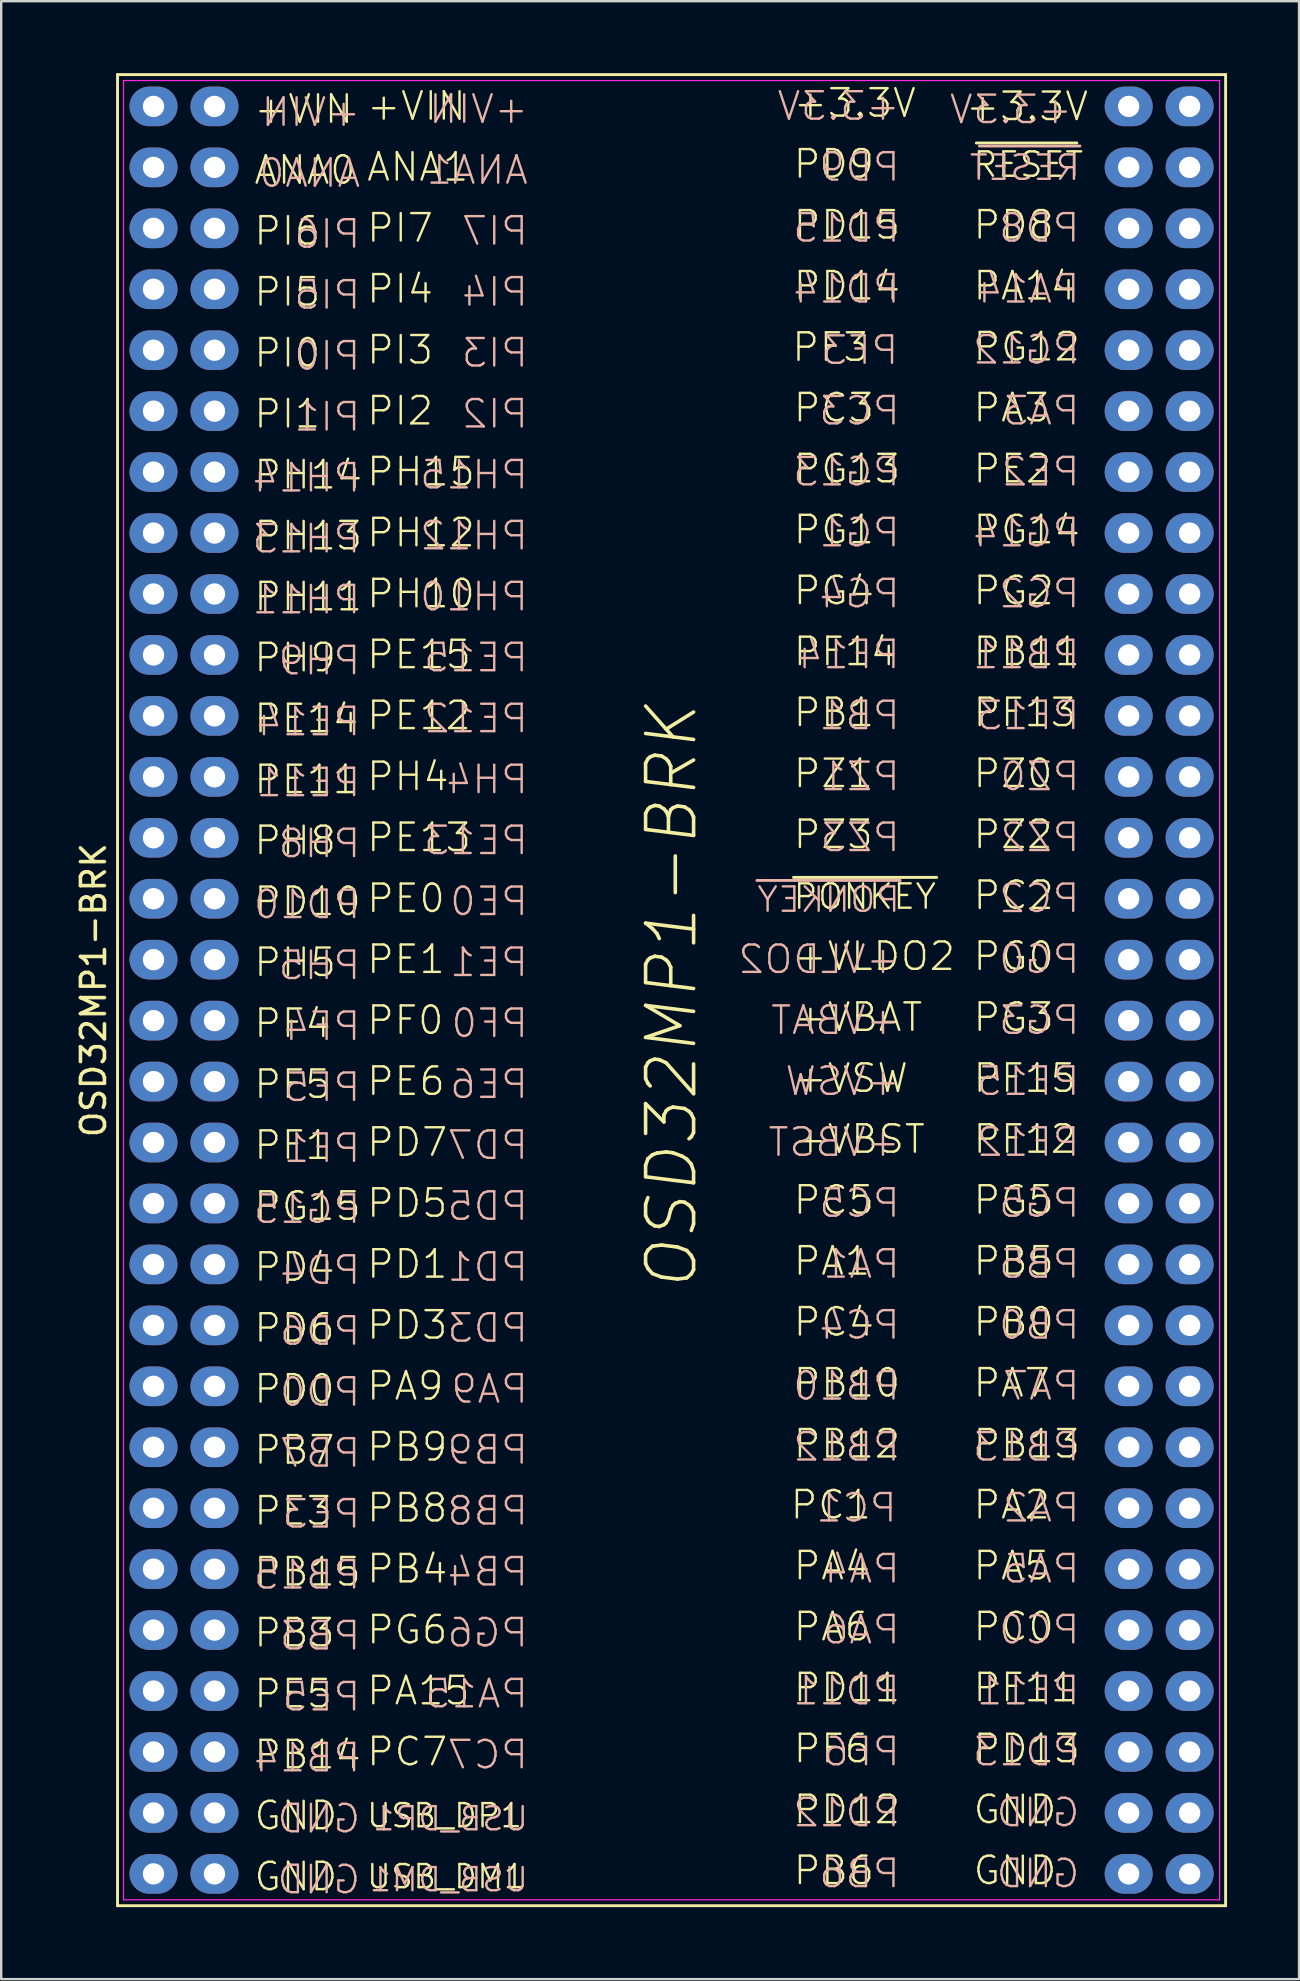
<source format=kicad_pcb>
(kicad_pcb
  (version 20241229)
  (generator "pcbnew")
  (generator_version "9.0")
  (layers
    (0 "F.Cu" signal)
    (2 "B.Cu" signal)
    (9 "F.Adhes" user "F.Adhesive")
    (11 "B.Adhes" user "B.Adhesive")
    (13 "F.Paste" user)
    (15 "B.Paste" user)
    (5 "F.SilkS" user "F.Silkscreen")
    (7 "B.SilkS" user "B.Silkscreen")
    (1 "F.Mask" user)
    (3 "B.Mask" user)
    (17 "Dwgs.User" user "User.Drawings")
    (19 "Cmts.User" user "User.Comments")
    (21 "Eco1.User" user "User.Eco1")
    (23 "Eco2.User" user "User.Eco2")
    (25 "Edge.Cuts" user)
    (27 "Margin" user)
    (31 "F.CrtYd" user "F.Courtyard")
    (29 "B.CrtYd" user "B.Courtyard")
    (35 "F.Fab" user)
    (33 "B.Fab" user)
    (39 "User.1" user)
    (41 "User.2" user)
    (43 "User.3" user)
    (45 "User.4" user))
  (footprint "OSD32MP1-BRK"
    (layer "F.Cu")
    (at 24.938 38.215)
    (property "Reference" "OSD32MP1-BRK" (at -24.09 0 270) (layer "F.SilkS") (effects (font (size 1 1) (thickness 0.15))))
    (attr through_hole)
    (fp_line (start -23.09 -38.156) (end 23.09 -38.156) (stroke (width 0.12) (type solid)) (layer "F.SilkS"))
    (fp_line (start -23.09 38.156) (end -23.09 -38.156) (stroke (width 0.12) (type solid)) (layer "F.SilkS"))
    (fp_line (start 5.08 -4.699) (end 11.049 -4.699) (stroke (width 0.12) (type solid)) (layer "F.SilkS"))
    (fp_line (start 12.7 -35.306) (end 16.891 -35.306) (stroke (width 0.12) (type solid)) (layer "F.SilkS"))
    (fp_line (start 23.09 38.156) (end -23.09 38.156) (stroke (width 0.12) (type solid)) (layer "F.SilkS"))
    (fp_line (start 23.09 38.156) (end 23.09 -38.156) (stroke (width 0.12) (type solid)) (layer "F.SilkS"))
    (fp_line (start 3.556 -4.572) (end 9.525 -4.572) (stroke (width 0.12) (type solid)) (layer "B.SilkS"))
    (fp_line (start 12.827 -35.179) (end 17.018 -35.179) (stroke (width 0.12) (type solid)) (layer "B.SilkS"))
    (fp_line (start -22.84 -37.91) (end 22.84 -37.91) (stroke (width 0.05) (type solid)) (layer "F.CrtYd"))
    (fp_line (start -22.84 37.91) (end -22.84 -37.91) (stroke (width 0.05) (type solid)) (layer "F.CrtYd"))
    (fp_line (start 22.84 37.91) (end -22.84 37.91) (stroke (width 0.05) (type solid)) (layer "F.CrtYd"))
    (fp_line (start 22.84 37.91) (end 22.84 -37.91) (stroke (width 0.05) (type solid)) (layer "F.CrtYd"))
    (fp_text user "PG13" (at 5.012 -21.732 0) (layer "F.SilkS") (effects (font (size 1.143 1.143) (thickness 0.1)) (justify left)))
    (fp_text user "PH12" (at -12.768 -19.065 0) (layer "F.SilkS") (effects (font (size 1.143 1.143) (thickness 0.1)) (justify left)))
    (fp_text user "PE6" (at -12.768 3.795 0) (layer "F.SilkS") (effects (font (size 1.143 1.143) (thickness 0.1)) (justify left)))
    (fp_text user "PF4" (at -17.467 1.382 0) (layer "F.SilkS") (effects (font (size 1.143 1.143) (thickness 0.1)) (justify left)))
    (fp_text user "PB4" (at -12.768 24.115 0) (layer "F.SilkS") (effects (font (size 1.143 1.143) (thickness 0.1)) (justify left)))
    (fp_text user "PA5" (at 12.505 23.988 0) (layer "F.SilkS") (effects (font (size 1.143 1.143) (thickness 0.1)) (justify left)))
    (fp_text user "PB14" (at -17.467 31.862 0) (layer "F.SilkS") (effects (font (size 1.143 1.143) (thickness 0.1)) (justify left)))
    (fp_text user "PH13" (at -17.467 -18.938 0) (layer "F.SilkS") (effects (font (size 1.143 1.143) (thickness 0.1)) (justify left)))
    (fp_text user "PH10" (at -12.768 -16.525 0) (layer "F.SilkS") (effects (font (size 1.143 1.143) (thickness 0.1)) (justify left)))
    (fp_text user "PD10" (at -17.467 -3.698 0) (layer "F.SilkS") (effects (font (size 1.143 1.143) (thickness 0.1)) (justify left)))
    (fp_text user "PH15" (at -12.768 -21.605 0) (layer "F.SilkS") (effects (font (size 1.143 1.143) (thickness 0.1)) (justify left)))
    (fp_text user "OSD32MP1-BRK" (at 0 0.254 90) (layer "F.SilkS") (effects (font (size 2 2) (thickness 0.15) (italic yes))))
    (fp_text user "PB7" (at -17.467 19.162 0) (layer "F.SilkS") (effects (font (size 1.143 1.143) (thickness 0.1)) (justify left)))
    (fp_text user "PF1" (at -17.467 6.462 0) (layer "F.SilkS") (effects (font (size 1.143 1.143) (thickness 0.1)) (justify left)))
    (fp_text user "PA15" (at -12.768 29.195 0) (layer "F.SilkS") (effects (font (size 1.143 1.143) (thickness 0.1)) (justify left)))
    (fp_text user "PZ1" (at 5.012 -9.032 0) (layer "F.SilkS") (effects (font (size 1.143 1.143) (thickness 0.1)) (justify left)))
    (fp_text user "PD0" (at -17.467 16.622 0) (layer "F.SilkS") (effects (font (size 1.143 1.143) (thickness 0.1)) (justify left)))
    (fp_text user "PE1" (at -12.768 -1.285 0) (layer "F.SilkS") (effects (font (size 1.143 1.143) (thickness 0.1)) (justify left)))
    (fp_text user "PD4" (at -17.467 11.542 0) (layer "F.SilkS") (effects (font (size 1.143 1.143) (thickness 0.1)) (justify left)))
    (fp_text user "PZ0" (at 12.505 -9.032 0) (layer "F.SilkS") (effects (font (size 1.143 1.143) (thickness 0.1)) (justify left)))
    (fp_text user "PH14" (at -17.467 -21.478 0) (layer "F.SilkS") (effects (font (size 1.143 1.143) (thickness 0.1)) (justify left)))
    (fp_text user "PF3" (at 4.953 -26.797 0) (layer "F.SilkS") (effects (font (size 1.143 1.143) (thickness 0.1)) (justify left)))
    (fp_text user "PG1" (at 5.012 -19.192 0) (layer "F.SilkS") (effects (font (size 1.143 1.143) (thickness 0.1)) (justify left)))
    (fp_text user "PD3" (at -12.768 13.955 0) (layer "F.SilkS") (effects (font (size 1.143 1.143) (thickness 0.1)) (justify left)))
    (fp_text user "PZ3" (at 5.012 -6.492 0) (layer "F.SilkS") (effects (font (size 1.143 1.143) (thickness 0.1)) (justify left)))
    (fp_text user "PH5" (at -17.467 -1.158 0) (layer "F.SilkS") (effects (font (size 1.143 1.143) (thickness 0.1)) (justify left)))
    (fp_text user "PG3" (at 12.505 1.128 0) (layer "F.SilkS") (effects (font (size 1.143 1.143) (thickness 0.1)) (justify left)))
    (fp_text user "PE0" (at -12.768 -3.825 0) (layer "F.SilkS") (effects (font (size 1.143 1.143) (thickness 0.1)) (justify left)))
    (fp_text user "PG5" (at 12.505 8.748 0) (layer "F.SilkS") (effects (font (size 1.143 1.143) (thickness 0.1)) (justify left)))
    (fp_text user "+VBAT" (at 5.012 1.128 0) (layer "F.SilkS") (effects (font (size 1.143 1.143) (thickness 0.1)) (justify left)))
    (fp_text user "GND" (at -17.467 36.942 0) (layer "F.SilkS") (effects (font (size 1.143 1.143) (thickness 0.1)) (justify left)))
    (fp_text user "PF12" (at 12.505 6.208 0) (layer "F.SilkS") (effects (font (size 1.143 1.143) (thickness 0.1)) (justify left)))
    (fp_text user "PG6" (at -12.768 26.655 0) (layer "F.SilkS") (effects (font (size 1.143 1.143) (thickness 0.1)) (justify left)))
    (fp_text user "PI2" (at -12.768 -24.145 0) (layer "F.SilkS") (effects (font (size 1.143 1.143) (thickness 0.1)) (justify left)))
    (fp_text user "PD6" (at -17.467 14.082 0) (layer "F.SilkS") (effects (font (size 1.143 1.143) (thickness 0.1)) (justify left)))
    (fp_text user "PD1" (at -12.768 11.415 0) (layer "F.SilkS") (effects (font (size 1.143 1.143) (thickness 0.1)) (justify left)))
    (fp_text user "PD15" (at 5.012 -31.892 0) (layer "F.SilkS") (effects (font (size 1.143 1.143) (thickness 0.1)) (justify left)))
    (fp_text user "PB10" (at 5.012 16.368 0) (layer "F.SilkS") (effects (font (size 1.143 1.143) (thickness 0.1)) (justify left)))
    (fp_text user "PC0" (at 12.505 26.528 0) (layer "F.SilkS") (effects (font (size 1.143 1.143) (thickness 0.1)) (justify left)))
    (fp_text user "PB6" (at 5.012 36.688 0) (layer "F.SilkS") (effects (font (size 1.143 1.143) (thickness 0.1)) (justify left)))
    (fp_text user "PD12" (at 5.012 34.148 0) (layer "F.SilkS") (effects (font (size 1.143 1.143) (thickness 0.1)) (justify left)))
    (fp_text user "PB13" (at 12.505 18.908 0) (layer "F.SilkS") (effects (font (size 1.143 1.143) (thickness 0.1)) (justify left)))
    (fp_text user "PF15" (at 12.505 3.668 0) (layer "F.SilkS") (effects (font (size 1.143 1.143) (thickness 0.1)) (justify left)))
    (fp_text user "PC7" (at -12.768 31.735 0) (layer "F.SilkS") (effects (font (size 1.143 1.143) (thickness 0.1)) (justify left)))
    (fp_text user "PI5" (at -17.467 -29.098 0) (layer "F.SilkS") (effects (font (size 1.143 1.143) (thickness 0.1)) (justify left)))
    (fp_text user "PI6" (at -17.467 -31.638 0) (layer "F.SilkS") (effects (font (size 1.143 1.143) (thickness 0.1)) (justify left)))
    (fp_text user "PF6" (at 5.012 31.608 0) (layer "F.SilkS") (effects (font (size 1.143 1.143) (thickness 0.1)) (justify left)))
    (fp_text user "+VLDO2" (at 5.012 -1.412 0) (layer "F.SilkS") (effects (font (size 1.143 1.143) (thickness 0.1)) (justify left)))
    (fp_text user "PD7" (at -12.768 6.335 0) (layer "F.SilkS") (effects (font (size 1.143 1.143) (thickness 0.1)) (justify left)))
    (fp_text user "PF0" (at -12.768 1.255 0) (layer "F.SilkS") (effects (font (size 1.143 1.143) (thickness 0.1)) (justify left)))
    (fp_text user "PD8" (at 12.505 -31.892 0) (layer "F.SilkS") (effects (font (size 1.143 1.143) (thickness 0.1)) (justify left)))
    (fp_text user "PG4" (at 5.012 -16.652 0) (layer "F.SilkS") (effects (font (size 1.143 1.143) (thickness 0.1)) (justify left)))
    (fp_text user "PI3" (at -12.768 -26.685 0) (layer "F.SilkS") (effects (font (size 1.143 1.143) (thickness 0.1)) (justify left)))
    (fp_text user "PC2" (at 12.505 -3.952 0) (layer "F.SilkS") (effects (font (size 1.143 1.143) (thickness 0.1)) (justify left)))
    (fp_text user "+3.3V" (at 12.192 -36.83 0) (layer "F.SilkS") (effects (font (size 1.143 1.143) (thickness 0.1)) (justify left)))
    (fp_text user "PA14" (at 12.505 -29.352 0) (layer "F.SilkS") (effects (font (size 1.143 1.143) (thickness 0.1)) (justify left)))
    (fp_text user "PB1" (at 5.012 -11.572 0) (layer "F.SilkS") (effects (font (size 1.143 1.143) (thickness 0.1)) (justify left)))
    (fp_text user "PC5" (at 5.012 8.748 0) (layer "F.SilkS") (effects (font (size 1.143 1.143) (thickness 0.1)) (justify left)))
    (fp_text user "PG0" (at 12.505 -1.412 0) (layer "F.SilkS") (effects (font (size 1.143 1.143) (thickness 0.1)) (justify left)))
    (fp_text user "PG14" (at 12.505 -19.192 0) (layer "F.SilkS") (effects (font (size 1.143 1.143) (thickness 0.1)) (justify left)))
    (fp_text user "PA9" (at -12.768 16.495 0) (layer "F.SilkS") (effects (font (size 1.143 1.143) (thickness 0.1)) (justify left)))
    (fp_text user "PB3" (at -17.467 26.782 0) (layer "F.SilkS") (effects (font (size 1.143 1.143) (thickness 0.1)) (justify left)))
    (fp_text user "PB15" (at -17.467 24.242 0) (layer "F.SilkS") (effects (font (size 1.143 1.143) (thickness 0.1)) (justify left)))
    (fp_text user "PA1" (at 5.012 11.288 0) (layer "F.SilkS") (effects (font (size 1.143 1.143) (thickness 0.1)) (justify left)))
    (fp_text user "PF13" (at 12.505 -11.572 0) (layer "F.SilkS") (effects (font (size 1.143 1.143) (thickness 0.1)) (justify left)))
    (fp_text user "PA4" (at 5.012 23.988 0) (layer "F.SilkS") (effects (font (size 1.143 1.143) (thickness 0.1)) (justify left)))
    (fp_text user "PG12" (at 12.505 -26.812 0) (layer "F.SilkS") (effects (font (size 1.143 1.143) (thickness 0.1)) (justify left)))
    (fp_text user "PA3" (at 12.505 -24.272 0) (layer "F.SilkS") (effects (font (size 1.143 1.143) (thickness 0.1)) (justify left)))
    (fp_text user "PD9" (at 5.012 -34.432 0) (layer "F.SilkS") (effects (font (size 1.143 1.143) (thickness 0.1)) (justify left)))
    (fp_text user "PF5" (at -17.467 3.922 0) (layer "F.SilkS") (effects (font (size 1.143 1.143) (thickness 0.1)) (justify left)))
    (fp_text user "PD13" (at 12.505 31.608 0) (layer "F.SilkS") (effects (font (size 1.143 1.143) (thickness 0.1)) (justify left)))
    (fp_text user "+VIN" (at -12.768 -36.845 0) (layer "F.SilkS") (effects (font (size 1.143 1.143) (thickness 0.1)) (justify left)))
    (fp_text user "PC4" (at 5.012 13.828 0) (layer "F.SilkS") (effects (font (size 1.143 1.143) (thickness 0.1)) (justify left)))
    (fp_text user "PC3" (at 5.012 -24.272 0) (layer "F.SilkS") (effects (font (size 1.143 1.143) (thickness 0.1)) (justify left)))
    (fp_text user "PI0" (at -17.467 -26.558 0) (layer "F.SilkS") (effects (font (size 1.143 1.143) (thickness 0.1)) (justify left)))
    (fp_text user "PH11" (at -17.467 -16.398 0) (layer "F.SilkS") (effects (font (size 1.143 1.143) (thickness 0.1)) (justify left)))
    (fp_text user "PE13" (at -12.768 -6.365 0) (layer "F.SilkS") (effects (font (size 1.143 1.143) (thickness 0.1)) (justify left)))
    (fp_text user "USB_DP1" (at -12.768 34.402 0) (layer "F.SilkS") (effects (font (size 0.965 0.965) (thickness 0.1)) (justify left)))
    (fp_text user "PE15" (at -12.768 -13.985 0) (layer "F.SilkS") (effects (font (size 1.143 1.143) (thickness 0.1)) (justify left)))
    (fp_text user "PB5" (at 12.505 11.288 0) (layer "F.SilkS") (effects (font (size 1.143 1.143) (thickness 0.1)) (justify left)))
    (fp_text user "PE11" (at -17.467 -8.778 0) (layer "F.SilkS") (effects (font (size 1.143 1.143) (thickness 0.1)) (justify left)))
    (fp_text user "PE2" (at 12.505 -21.732 0) (layer "F.SilkS") (effects (font (size 1.143 1.143) (thickness 0.1)) (justify left)))
    (fp_text user "PA7" (at 12.505 16.368 0) (layer "F.SilkS") (effects (font (size 1.143 1.143) (thickness 0.1)) (justify left)))
    (fp_text user "PI4" (at -12.768 -29.225 0) (layer "F.SilkS") (effects (font (size 1.143 1.143) (thickness 0.1)) (justify left)))
    (fp_text user "PB0" (at 12.505 13.828 0) (layer "F.SilkS") (effects (font (size 1.143 1.143) (thickness 0.1)) (justify left)))
    (fp_text user "PB9" (at -12.768 19.035 0) (layer "F.SilkS") (effects (font (size 1.143 1.143) (thickness 0.1)) (justify left)))
    (fp_text user "GND" (at 12.505 36.688 0) (layer "F.SilkS") (effects (font (size 1.143 1.143) (thickness 0.1)) (justify left)))
    (fp_text user "GND" (at -17.467 34.402 0) (layer "F.SilkS") (effects (font (size 1.143 1.143) (thickness 0.1)) (justify left)))
    (fp_text user "RESET" (at 12.505 -34.406 0) (layer "F.SilkS") (effects (font (size 1.016 1.016) (thickness 0.1)) (justify left)))
    (fp_text user "PC1" (at 4.885 21.448 0) (layer "F.SilkS") (effects (font (size 1.143 1.143) (thickness 0.1)) (justify left)))
    (fp_text user "PA6" (at 5.012 26.528 0) (layer "F.SilkS") (effects (font (size 1.143 1.143) (thickness 0.1)) (justify left)))
    (fp_text user "PH4" (at -12.768 -8.905 0) (layer "F.SilkS") (effects (font (size 1.143 1.143) (thickness 0.1)) (justify left)))
    (fp_text user "PG15" (at -17.467 9.002 0) (layer "F.SilkS") (effects (font (size 1.143 1.143) (thickness 0.1)) (justify left)))
    (fp_text user "+VSW" (at 5.012 3.668 0) (layer "F.SilkS") (effects (font (size 1.143 1.143) (thickness 0.1)) (justify left)))
    (fp_text user "PE3" (at -17.467 21.702 0) (layer "F.SilkS") (effects (font (size 1.143 1.143) (thickness 0.1)) (justify left)))
    (fp_text user "PONKEY" (at 5.012 -3.901 0) (layer "F.SilkS") (effects (font (size 1.016 1.016) (thickness 0.1)) (justify left)))
    (fp_text user "PD5" (at -12.768 8.875 0) (layer "F.SilkS") (effects (font (size 1.143 1.143) (thickness 0.1)) (justify left)))
    (fp_text user "PZ2" (at 12.505 -6.492 0) (layer "F.SilkS") (effects (font (size 1.143 1.143) (thickness 0.1)) (justify left)))
    (fp_text user "+VBST" (at 5.012 6.208 0) (layer "F.SilkS") (effects (font (size 1.143 1.143) (thickness 0.1)) (justify left)))
    (fp_text user "USB_DM1" (at -12.768 36.942 0) (layer "F.SilkS") (effects (font (size 0.965 0.965) (thickness 0.1)) (justify left)))
    (fp_text user "PG2" (at 12.505 -16.652 0) (layer "F.SilkS") (effects (font (size 1.143 1.143) (thickness 0.1)) (justify left)))
    (fp_text user "PI1" (at -17.467 -24.018 0) (layer "F.SilkS") (effects (font (size 1.143 1.143) (thickness 0.1)) (justify left)))
    (fp_text user "GND" (at 12.505 34.148 0) (layer "F.SilkS") (effects (font (size 1.143 1.143) (thickness 0.1)) (justify left)))
    (fp_text user "+VIN" (at -17.467 -36.718 0) (layer "F.SilkS") (effects (font (size 1.143 1.143) (thickness 0.1)) (justify left)))
    (fp_text user "PE5" (at -17.467 29.322 0) (layer "F.SilkS") (effects (font (size 1.143 1.143) (thickness 0.1)) (justify left)))
    (fp_text user "PD14" (at 5.012 -29.352 0) (layer "F.SilkS") (effects (font (size 1.143 1.143) (thickness 0.1)) (justify left)))
    (fp_text user "PD11" (at 5.012 29.068 0) (layer "F.SilkS") (effects (font (size 1.143 1.143) (thickness 0.1)) (justify left)))
    (fp_text user "PH9" (at -17.467 -13.858 0) (layer "F.SilkS") (effects (font (size 1.143 1.143) (thickness 0.1)) (justify left)))
    (fp_text user "PE12" (at -12.768 -11.445 0) (layer "F.SilkS") (effects (font (size 1.143 1.143) (thickness 0.1)) (justify left)))
    (fp_text user "PA2" (at 12.505 21.448 0) (layer "F.SilkS") (effects (font (size 1.143 1.143) (thickness 0.1)) (justify left)))
    (fp_text user "PI7" (at -12.768 -31.765 0) (layer "F.SilkS") (effects (font (size 1.143 1.143) (thickness 0.1)) (justify left)))
    (fp_text user "ANA1" (at -12.768 -34.305 0) (layer "F.SilkS") (effects (font (size 1.143 1.143) (thickness 0.1)) (justify left)))
    (fp_text user "PE14" (at -17.467 -11.318 0) (layer "F.SilkS") (effects (font (size 1.143 1.143) (thickness 0.1)) (justify left)))
    (fp_text user "PB11" (at 12.505 -14.112 0) (layer "F.SilkS") (effects (font (size 1.143 1.143) (thickness 0.1)) (justify left)))
    (fp_text user "ANA0" (at -17.467 -34.178 0) (layer "F.SilkS") (effects (font (size 1.143 1.143) (thickness 0.1)) (justify left)))
    (fp_text user "PB12" (at 5.012 18.908 0) (layer "F.SilkS") (effects (font (size 1.143 1.143) (thickness 0.1)) (justify left)))
    (fp_text user "PF14" (at 5.012 -14.112 0) (layer "F.SilkS") (effects (font (size 1.143 1.143) (thickness 0.1)) (justify left)))
    (fp_text user "PF11" (at 12.505 29.068 0) (layer "F.SilkS") (effects (font (size 1.143 1.143) (thickness 0.1)) (justify left)))
    (fp_text user "PH8" (at -17.467 -6.238 0) (layer "F.SilkS") (effects (font (size 1.143 1.143) (thickness 0.1)) (justify left)))
    (fp_text user "PB8" (at -12.768 21.575 0) (layer "F.SilkS") (effects (font (size 1.143 1.143) (thickness 0.1)) (justify left)))
    (fp_text user "+3.3V" (at 5.012 -36.972 0) (layer "F.SilkS") (effects (font (size 1.143 1.143) (thickness 0.1)) (justify left)))
    (fp_text user "PC1" (at 9.457 21.575 0) (layer "B.SilkS") (effects (font (size 1.143 1.143) (thickness 0.1)) (justify left mirror)))
    (fp_text user "PC2" (at 17.077 -3.825 0) (layer "B.SilkS") (effects (font (size 1.143 1.143) (thickness 0.1)) (justify left mirror)))
    (fp_text user "PD5" (at -5.91 9.002 0) (layer "B.SilkS") (effects (font (size 1.143 1.143) (thickness 0.1)) (justify left mirror)))
    (fp_text user "PZ1" (at 9.584 -8.905 0) (layer "B.SilkS") (effects (font (size 1.143 1.143) (thickness 0.1)) (justify left mirror)))
    (fp_text user "PI2" (at -5.91 -24.018 0) (layer "B.SilkS") (effects (font (size 1.143 1.143) (thickness 0.1)) (justify left mirror)))
    (fp_text user "PC5" (at 9.584 8.875 0) (layer "B.SilkS") (effects (font (size 1.143 1.143) (thickness 0.1)) (justify left mirror)))
    (fp_text user "PG13" (at 9.584 -21.605 0) (layer "B.SilkS") (effects (font (size 1.143 1.143) (thickness 0.1)) (justify left mirror)))
    (fp_text user "PA5" (at 17.077 24.115 0) (layer "B.SilkS") (effects (font (size 1.143 1.143) (thickness 0.1)) (justify left mirror)))
    (fp_text user "PE6" (at -5.91 3.922 0) (layer "B.SilkS") (effects (font (size 1.143 1.143) (thickness 0.1)) (justify left mirror)))
    (fp_text user "PB3" (at -12.895 26.909 0) (layer "B.SilkS") (effects (font (size 1.143 1.143) (thickness 0.1)) (justify left mirror)))
    (fp_text user "PF11" (at 17.077 29.195 0) (layer "B.SilkS") (effects (font (size 1.143 1.143) (thickness 0.1)) (justify left mirror)))
    (fp_text user "PA4" (at 9.584 24.115 0) (layer "B.SilkS") (effects (font (size 1.143 1.143) (thickness 0.1)) (justify left mirror)))
    (fp_text user "+3.3V" (at 9.584 -36.845 0) (layer "B.SilkS") (effects (font (size 1.143 1.143) (thickness 0.1)) (justify left mirror)))
    (fp_text user "PE1" (at -5.91 -1.158 0) (layer "B.SilkS") (effects (font (size 1.143 1.143) (thickness 0.1)) (justify left mirror)))
    (fp_text user "GND" (at 17.077 34.275 0) (layer "B.SilkS") (effects (font (size 1.143 1.143) (thickness 0.1)) (justify left mirror)))
    (fp_text user "PG0" (at 17.077 -1.285 0) (layer "B.SilkS") (effects (font (size 1.143 1.143) (thickness 0.1)) (justify left mirror)))
    (fp_text user "PA1" (at 9.584 11.415 0) (layer "B.SilkS") (effects (font (size 1.143 1.143) (thickness 0.1)) (justify left mirror)))
    (fp_text user "PG5" (at 17.077 8.875 0) (layer "B.SilkS") (effects (font (size 1.143 1.143) (thickness 0.1)) (justify left mirror)))
    (fp_text user "PI7" (at -5.91 -31.638 0) (layer "B.SilkS") (effects (font (size 1.143 1.143) (thickness 0.1)) (justify left mirror)))
    (fp_text user "+VIN" (at -5.91 -36.718 0) (layer "B.SilkS") (effects (font (size 1.143 1.143) (thickness 0.1)) (justify left mirror)))
    (fp_text user "PD12" (at 9.584 34.275 0) (layer "B.SilkS") (effects (font (size 1.143 1.143) (thickness 0.1)) (justify left mirror)))
    (fp_text user "PE5" (at -12.895 29.449 0) (layer "B.SilkS") (effects (font (size 1.143 1.143) (thickness 0.1)) (justify left mirror)))
    (fp_text user "PF13" (at 17.077 -11.445 0) (layer "B.SilkS") (effects (font (size 1.143 1.143) (thickness 0.1)) (justify left mirror)))
    (fp_text user "PD3" (at -5.91 14.082 0) (layer "B.SilkS") (effects (font (size 1.143 1.143) (thickness 0.1)) (justify left mirror)))
    (fp_text user "PD0" (at -12.895 16.749 0) (layer "B.SilkS") (effects (font (size 1.143 1.143) (thickness 0.1)) (justify left mirror)))
    (fp_text user "+VLDO2" (at 9.584 -1.285 0) (layer "B.SilkS") (effects (font (size 1.143 1.143) (thickness 0.1)) (justify left mirror)))
    (fp_text user "PD8" (at 17.077 -31.765 0) (layer "B.SilkS") (effects (font (size 1.143 1.143) (thickness 0.1)) (justify left mirror)))
    (fp_text user "PF5" (at -12.895 4.049 0) (layer "B.SilkS") (effects (font (size 1.143 1.143) (thickness 0.1)) (justify left mirror)))
    (fp_text user "PB12" (at 9.584 19.035 0) (layer "B.SilkS") (effects (font (size 1.143 1.143) (thickness 0.1)) (justify left mirror)))
    (fp_text user "PB14" (at -12.895 31.989 0) (layer "B.SilkS") (effects (font (size 1.143 1.143) (thickness 0.1)) (justify left mirror)))
    (fp_text user "PB0" (at 17.077 13.955 0) (layer "B.SilkS") (effects (font (size 1.143 1.143) (thickness 0.1)) (justify left mirror)))
    (fp_text user "PD13" (at 17.077 31.735 0) (layer "B.SilkS") (effects (font (size 1.143 1.143) (thickness 0.1)) (justify left mirror)))
    (fp_text user "PB6" (at 9.584 36.815 0) (layer "B.SilkS") (effects (font (size 1.143 1.143) (thickness 0.1)) (justify left mirror)))
    (fp_text user "PF3" (at 9.525 -26.67 0) (layer "B.SilkS") (effects (font (size 1.143 1.143) (thickness 0.1)) (justify left mirror)))
    (fp_text user "PF1" (at -12.895 6.589 0) (layer "B.SilkS") (effects (font (size 1.143 1.143) (thickness 0.1)) (justify left mirror)))
    (fp_text user "PB13" (at 17.077 19.035 0) (layer "B.SilkS") (effects (font (size 1.143 1.143) (thickness 0.1)) (justify left mirror)))
    (fp_text user "+VIN" (at -12.895 -36.591 0) (layer "B.SilkS") (effects (font (size 1.143 1.143) (thickness 0.1)) (justify left mirror)))
    (fp_text user "USB_DM1" (at -5.91 37.069 0) (layer "B.SilkS") (effects (font (size 0.965 0.965) (thickness 0.1)) (justify left mirror)))
    (fp_text user "+VBST" (at 9.584 6.335 0) (layer "B.SilkS") (effects (font (size 1.143 1.143) (thickness 0.1)) (justify left mirror)))
    (fp_text user "PA2" (at 17.077 21.575 0) (layer "B.SilkS") (effects (font (size 1.143 1.143) (thickness 0.1)) (justify left mirror)))
    (fp_text user "PI4" (at -5.91 -29.098 0) (layer "B.SilkS") (effects (font (size 1.143 1.143) (thickness 0.1)) (justify left mirror)))
    (fp_text user "PH14" (at -12.895 -21.351 0) (layer "B.SilkS") (effects (font (size 1.143 1.143) (thickness 0.1)) (justify left mirror)))
    (fp_text user "PE12" (at -5.91 -11.318 0) (layer "B.SilkS") (effects (font (size 1.143 1.143) (thickness 0.1)) (justify left mirror)))
    (fp_text user "PC3" (at 9.584 -24.145 0) (layer "B.SilkS") (effects (font (size 1.143 1.143) (thickness 0.1)) (justify left mirror)))
    (fp_text user "+VSW" (at 9.584 3.795 0) (layer "B.SilkS") (effects (font (size 1.143 1.143) (thickness 0.1)) (justify left mirror)))
    (fp_text user "PZ3" (at 9.584 -6.365 0) (layer "B.SilkS") (effects (font (size 1.143 1.143) (thickness 0.1)) (justify left mirror)))
    (fp_text user "PF0" (at -5.91 1.382 0) (layer "B.SilkS") (effects (font (size 1.143 1.143) (thickness 0.1)) (justify left mirror)))
    (fp_text user "PB1" (at 9.584 -11.445 0) (layer "B.SilkS") (effects (font (size 1.143 1.143) (thickness 0.1)) (justify left mirror)))
    (fp_text user "PG1" (at 9.584 -19.065 0) (layer "B.SilkS") (effects (font (size 1.143 1.143) (thickness 0.1)) (justify left mirror)))
    (fp_text user "PE0" (at -5.91 -3.698 0) (layer "B.SilkS") (effects (font (size 1.143 1.143) (thickness 0.1)) (justify left mirror)))
    (fp_text user "GND" (at -12.895 37.069 0) (layer "B.SilkS") (effects (font (size 1.143 1.143) (thickness 0.1)) (justify left mirror)))
    (fp_text user "PC0" (at 17.077 26.655 0) (layer "B.SilkS") (effects (font (size 1.143 1.143) (thickness 0.1)) (justify left mirror)))
    (fp_text user "PD11" (at 9.584 29.195 0) (layer "B.SilkS") (effects (font (size 1.143 1.143) (thickness 0.1)) (justify left mirror)))
    (fp_text user "PH8" (at -12.895 -6.111 0) (layer "B.SilkS") (effects (font (size 1.143 1.143) (thickness 0.1)) (justify left mirror)))
    (fp_text user "PB7" (at -12.895 19.289 0) (layer "B.SilkS") (effects (font (size 1.143 1.143) (thickness 0.1)) (justify left mirror)))
    (fp_text user "PI0" (at -12.895 -26.431 0) (layer "B.SilkS") (effects (font (size 1.143 1.143) (thickness 0.1)) (justify left mirror)))
    (fp_text user "PB8" (at -5.91 21.702 0) (layer "B.SilkS") (effects (font (size 1.143 1.143) (thickness 0.1)) (justify left mirror)))
    (fp_text user "PI5" (at -12.895 -28.971 0) (layer "B.SilkS") (effects (font (size 1.143 1.143) (thickness 0.1)) (justify left mirror)))
    (fp_text user "PB9" (at -5.91 19.162 0) (layer "B.SilkS") (effects (font (size 1.143 1.143) (thickness 0.1)) (justify left mirror)))
    (fp_text user "PA7" (at 17.077 16.495 0) (layer "B.SilkS") (effects (font (size 1.143 1.143) (thickness 0.1)) (justify left mirror)))
    (fp_text user "PI3" (at -5.91 -26.558 0) (layer "B.SilkS") (effects (font (size 1.143 1.143) (thickness 0.1)) (justify left mirror)))
    (fp_text user "PA15" (at -5.91 29.322 0) (layer "B.SilkS") (effects (font (size 1.143 1.143) (thickness 0.1)) (justify left mirror)))
    (fp_text user "PE14" (at -12.895 -11.191 0) (layer "B.SilkS") (effects (font (size 1.143 1.143) (thickness 0.1)) (justify left mirror)))
    (fp_text user "GND" (at -12.895 34.529 0) (layer "B.SilkS") (effects (font (size 1.143 1.143) (thickness 0.1)) (justify left mirror)))
    (fp_text user "PI1" (at -12.895 -23.891 0) (layer "B.SilkS") (effects (font (size 1.143 1.143) (thickness 0.1)) (justify left mirror)))
    (fp_text user "PE3" (at -12.895 21.829 0) (layer "B.SilkS") (effects (font (size 1.143 1.143) (thickness 0.1)) (justify left mirror)))
    (fp_text user "PG4" (at 9.584 -16.525 0) (layer "B.SilkS") (effects (font (size 1.143 1.143) (thickness 0.1)) (justify left mirror)))
    (fp_text user "PF4" (at -12.895 1.509 0) (layer "B.SilkS") (effects (font (size 1.143 1.143) (thickness 0.1)) (justify left mirror)))
    (fp_text user "PG2" (at 17.077 -16.525 0) (layer "B.SilkS") (effects (font (size 1.143 1.143) (thickness 0.1)) (justify left mirror)))
    (fp_text user "PE11" (at -12.895 -8.651 0) (layer "B.SilkS") (effects (font (size 1.143 1.143) (thickness 0.1)) (justify left mirror)))
    (fp_text user "PB10" (at 9.584 16.495 0) (layer "B.SilkS") (effects (font (size 1.143 1.143) (thickness 0.1)) (justify left mirror)))
    (fp_text user "PH11" (at -12.895 -16.271 0) (layer "B.SilkS") (effects (font (size 1.143 1.143) (thickness 0.1)) (justify left mirror)))
    (fp_text user "PF14" (at 9.584 -13.985 0) (layer "B.SilkS") (effects (font (size 1.143 1.143) (thickness 0.1)) (justify left mirror)))
    (fp_text user "PI6" (at -12.895 -31.511 0) (layer "B.SilkS") (effects (font (size 1.143 1.143) (thickness 0.1)) (justify left mirror)))
    (fp_text user "PE15" (at -5.91 -13.858 0) (layer "B.SilkS") (effects (font (size 1.143 1.143) (thickness 0.1)) (justify left mirror)))
    (fp_text user "+3.3V" (at 16.764 -36.703 0) (layer "B.SilkS") (effects (font (size 1.143 1.143) (thickness 0.1)) (justify left mirror)))
    (fp_text user "PH10" (at -5.91 -16.398 0) (layer "B.SilkS") (effects (font (size 1.143 1.143) (thickness 0.1)) (justify left mirror)))
    (fp_text user "PB11" (at 17.077 -13.985 0) (layer "B.SilkS") (effects (font (size 1.143 1.143) (thickness 0.1)) (justify left mirror)))
    (fp_text user "ANA0" (at -12.895 -34.051 0) (layer "B.SilkS") (effects (font (size 1.143 1.143) (thickness 0.1)) (justify left mirror)))
    (fp_text user "PD10" (at -12.895 -3.571 0) (layer "B.SilkS") (effects (font (size 1.143 1.143) (thickness 0.1)) (justify left mirror)))
    (fp_text user "PD14" (at 9.584 -29.225 0) (layer "B.SilkS") (effects (font (size 1.143 1.143) (thickness 0.1)) (justify left mirror)))
    (fp_text user "PF15" (at 17.077 3.795 0) (layer "B.SilkS") (effects (font (size 1.143 1.143) (thickness 0.1)) (justify left mirror)))
    (fp_text user "PG3" (at 17.077 1.255 0) (layer "B.SilkS") (effects (font (size 1.143 1.143) (thickness 0.1)) (justify left mirror)))
    (fp_text user "PE2" (at 17.077 -21.605 0) (layer "B.SilkS") (effects (font (size 1.143 1.143) (thickness 0.1)) (justify left mirror)))
    (fp_text user "PH9" (at -12.895 -13.731 0) (layer "B.SilkS") (effects (font (size 1.143 1.143) (thickness 0.1)) (justify left mirror)))
    (fp_text user "GND" (at 17.077 36.815 0) (layer "B.SilkS") (effects (font (size 1.143 1.143) (thickness 0.1)) (justify left mirror)))
    (fp_text user "PH4" (at -5.91 -8.778 0) (layer "B.SilkS") (effects (font (size 1.143 1.143) (thickness 0.1)) (justify left mirror)))
    (fp_text user "PA6" (at 9.584 26.655 0) (layer "B.SilkS") (effects (font (size 1.143 1.143) (thickness 0.1)) (justify left mirror)))
    (fp_text user "PA9" (at -5.91 16.622 0) (layer "B.SilkS") (effects (font (size 1.143 1.143) (thickness 0.1)) (justify left mirror)))
    (fp_text user "PB15" (at -12.895 24.369 0) (layer "B.SilkS") (effects (font (size 1.143 1.143) (thickness 0.1)) (justify left mirror)))
    (fp_text user "PH5" (at -12.895 -1.031 0) (layer "B.SilkS") (effects (font (size 1.143 1.143) (thickness 0.1)) (justify left mirror)))
    (fp_text user "PC7" (at -5.91 31.862 0) (layer "B.SilkS") (effects (font (size 1.143 1.143) (thickness 0.1)) (justify left mirror)))
    (fp_text user "RESET" (at 17.077 -34.279 0) (layer "B.SilkS") (effects (font (size 1.016 1.016) (thickness 0.1)) (justify left mirror)))
    (fp_text user "PF6" (at 9.584 31.735 0) (layer "B.SilkS") (effects (font (size 1.143 1.143) (thickness 0.1)) (justify left mirror)))
    (fp_text user "PD4" (at -12.895 11.669 0) (layer "B.SilkS") (effects (font (size 1.143 1.143) (thickness 0.1)) (justify left mirror)))
    (fp_text user "PZ2" (at 17.077 -6.365 0) (layer "B.SilkS") (effects (font (size 1.143 1.143) (thickness 0.1)) (justify left mirror)))
    (fp_text user "PG14" (at 17.077 -19.065 0) (layer "B.SilkS") (effects (font (size 1.143 1.143) (thickness 0.1)) (justify left mirror)))
    (fp_text user "+VBAT" (at 9.584 1.255 0) (layer "B.SilkS") (effects (font (size 1.143 1.143) (thickness 0.1)) (justify left mirror)))
    (fp_text user "PD9" (at 9.584 -34.305 0) (layer "B.SilkS") (effects (font (size 1.143 1.143) (thickness 0.1)) (justify left mirror)))
    (fp_text user "PZ0" (at 17.077 -8.905 0) (layer "B.SilkS") (effects (font (size 1.143 1.143) (thickness 0.1)) (justify left mirror)))
    (fp_text user "PE13" (at -5.91 -6.238 0) (layer "B.SilkS") (effects (font (size 1.143 1.143) (thickness 0.1)) (justify left mirror)))
    (fp_text user "PC4" (at 9.584 13.955 0) (layer "B.SilkS") (effects (font (size 1.143 1.143) (thickness 0.1)) (justify left mirror)))
    (fp_text user "PH13" (at -12.895 -18.811 0) (layer "B.SilkS") (effects (font (size 1.143 1.143) (thickness 0.1)) (justify left mirror)))
    (fp_text user "PF12" (at 17.077 6.335 0) (layer "B.SilkS") (effects (font (size 1.143 1.143) (thickness 0.1)) (justify left mirror)))
    (fp_text user "PB4" (at -5.91 24.242 0) (layer "B.SilkS") (effects (font (size 1.143 1.143) (thickness 0.1)) (justify left mirror)))
    (fp_text user "PD15" (at 9.584 -31.765 0) (layer "B.SilkS") (effects (font (size 1.143 1.143) (thickness 0.1)) (justify left mirror)))
    (fp_text user "PG12" (at 17.077 -26.685 0) (layer "B.SilkS") (effects (font (size 1.143 1.143) (thickness 0.1)) (justify left mirror)))
    (fp_text user "PA3" (at 17.077 -24.145 0) (layer "B.SilkS") (effects (font (size 1.143 1.143) (thickness 0.1)) (justify left mirror)))
    (fp_text user "PD7" (at -5.91 6.462 0) (layer "B.SilkS") (effects (font (size 1.143 1.143) (thickness 0.1)) (justify left mirror)))
    (fp_text user "PONKEY" (at 9.584 -3.774 0) (layer "B.SilkS") (effects (font (size 1.016 1.016) (thickness 0.1)) (justify left mirror)))
    (fp_text user "PG15" (at -12.895 9.129 0) (layer "B.SilkS") (effects (font (size 1.143 1.143) (thickness 0.1)) (justify left mirror)))
    (fp_text user "PD6" (at -12.895 14.209 0) (layer "B.SilkS") (effects (font (size 1.143 1.143) (thickness 0.1)) (justify left mirror)))
    (fp_text user "USB_DP1" (at -5.91 34.529 0) (layer "B.SilkS") (effects (font (size 0.965 0.965) (thickness 0.1)) (justify left mirror)))
    (fp_text user "ANA1" (at -5.91 -34.178 0) (layer "B.SilkS") (effects (font (size 1.143 1.143) (thickness 0.1)) (justify left mirror)))
    (fp_text user "PH12" (at -5.91 -18.938 0) (layer "B.SilkS") (effects (font (size 1.143 1.143) (thickness 0.1)) (justify left mirror)))
    (fp_text user "PB5" (at 17.077 11.415 0) (layer "B.SilkS") (effects (font (size 1.143 1.143) (thickness 0.1)) (justify left mirror)))
    (fp_text user "PA14" (at 17.077 -29.225 0) (layer "B.SilkS") (effects (font (size 1.143 1.143) (thickness 0.1)) (justify left mirror)))
    (fp_text user "PH15" (at -5.91 -21.478 0) (layer "B.SilkS") (effects (font (size 1.143 1.143) (thickness 0.1)) (justify left mirror)))
    (fp_text user "PD1" (at -5.91 11.542 0) (layer "B.SilkS") (effects (font (size 1.143 1.143) (thickness 0.1)) (justify left mirror)))
    (fp_text user "PG6" (at -5.91 26.782 0) (layer "B.SilkS") (effects (font (size 1.143 1.143) (thickness 0.1)) (justify left mirror)))
    (pad "PA01" thru_hole oval (at -21.59 -36.83 270) (size 1.651 2) (drill 0.889) (layers "*.Cu" "*.Mask"))
    (pad "PA02" thru_hole oval (at -21.59 -34.29 270) (size 1.651 2) (drill 0.889) (layers "*.Cu" "*.Mask"))
    (pad "PA03" thru_hole oval (at -21.59 -31.75 270) (size 1.651 2) (drill 0.889) (layers "*.Cu" "*.Mask"))
    (pad "PA04" thru_hole oval (at -21.59 -29.21 270) (size 1.651 2) (drill 0.889) (layers "*.Cu" "*.Mask"))
    (pad "PA05" thru_hole oval (at -21.59 -26.67 270) (size 1.651 2) (drill 0.889) (layers "*.Cu" "*.Mask"))
    (pad "PA06" thru_hole oval (at -21.59 -24.13 270) (size 1.651 2) (drill 0.889) (layers "*.Cu" "*.Mask"))
    (pad "PA07" thru_hole oval (at -21.59 -21.59 270) (size 1.651 2) (drill 0.889) (layers "*.Cu" "*.Mask"))
    (pad "PA08" thru_hole oval (at -21.59 -19.05 270) (size 1.651 2) (drill 0.889) (layers "*.Cu" "*.Mask"))
    (pad "PA09" thru_hole oval (at -21.59 -16.51 270) (size 1.651 2) (drill 0.889) (layers "*.Cu" "*.Mask"))
    (pad "PA10" thru_hole oval (at -21.59 -13.97 270) (size 1.651 2) (drill 0.889) (layers "*.Cu" "*.Mask"))
    (pad "PA11" thru_hole oval (at -21.59 -11.43 270) (size 1.651 2) (drill 0.889) (layers "*.Cu" "*.Mask"))
    (pad "PA12" thru_hole oval (at -21.59 -8.89 270) (size 1.651 2) (drill 0.889) (layers "*.Cu" "*.Mask"))
    (pad "PA13" thru_hole oval (at -21.59 -6.35 270) (size 1.651 2) (drill 0.889) (layers "*.Cu" "*.Mask"))
    (pad "PA14" thru_hole oval (at -21.59 -3.81 270) (size 1.651 2) (drill 0.889) (layers "*.Cu" "*.Mask"))
    (pad "PA15" thru_hole oval (at -21.59 -1.27 270) (size 1.651 2) (drill 0.889) (layers "*.Cu" "*.Mask"))
    (pad "PA16" thru_hole oval (at -21.59 1.27 270) (size 1.651 2) (drill 0.889) (layers "*.Cu" "*.Mask"))
    (pad "PA17" thru_hole oval (at -21.59 3.81 270) (size 1.651 2) (drill 0.889) (layers "*.Cu" "*.Mask"))
    (pad "PA18" thru_hole oval (at -21.59 6.35 270) (size 1.651 2) (drill 0.889) (layers "*.Cu" "*.Mask"))
    (pad "PA19" thru_hole oval (at -21.59 8.89 270) (size 1.651 2) (drill 0.889) (layers "*.Cu" "*.Mask"))
    (pad "PA20" thru_hole oval (at -21.59 11.43 270) (size 1.651 2) (drill 0.889) (layers "*.Cu" "*.Mask"))
    (pad "PA21" thru_hole oval (at -21.59 13.97 270) (size 1.651 2) (drill 0.889) (layers "*.Cu" "*.Mask"))
    (pad "PA22" thru_hole oval (at -21.59 16.51 270) (size 1.651 2) (drill 0.889) (layers "*.Cu" "*.Mask"))
    (pad "PA23" thru_hole oval (at -21.59 19.05 270) (size 1.651 2) (drill 0.889) (layers "*.Cu" "*.Mask"))
    (pad "PA24" thru_hole oval (at -21.59 21.59 270) (size 1.651 2) (drill 0.889) (layers "*.Cu" "*.Mask"))
    (pad "PA25" thru_hole oval (at -21.59 24.13 270) (size 1.651 2) (drill 0.889) (layers "*.Cu" "*.Mask"))
    (pad "PA26" thru_hole oval (at -21.59 26.67 270) (size 1.651 2) (drill 0.889) (layers "*.Cu" "*.Mask"))
    (pad "PA27" thru_hole oval (at -21.59 29.21 270) (size 1.651 2) (drill 0.889) (layers "*.Cu" "*.Mask"))
    (pad "PA28" thru_hole oval (at -21.59 31.75 270) (size 1.651 2) (drill 0.889) (layers "*.Cu" "*.Mask"))
    (pad "PA29" thru_hole oval (at -21.59 34.29 270) (size 1.651 2) (drill 0.889) (layers "*.Cu" "*.Mask"))
    (pad "PA30" thru_hole oval (at -21.59 36.83 270) (size 1.651 2) (drill 0.889) (layers "*.Cu" "*.Mask"))
    (pad "PB01" thru_hole oval (at -19.05 -36.83 270) (size 1.651 2) (drill 0.889) (layers "*.Cu" "*.Mask"))
    (pad "PB02" thru_hole oval (at -19.05 -34.29 270) (size 1.651 2) (drill 0.889) (layers "*.Cu" "*.Mask"))
    (pad "PB03" thru_hole oval (at -19.05 -31.75 270) (size 1.651 2) (drill 0.889) (layers "*.Cu" "*.Mask"))
    (pad "PB04" thru_hole oval (at -19.05 -29.21 270) (size 1.651 2) (drill 0.889) (layers "*.Cu" "*.Mask"))
    (pad "PB05" thru_hole oval (at -19.05 -26.67 270) (size 1.651 2) (drill 0.889) (layers "*.Cu" "*.Mask"))
    (pad "PB06" thru_hole oval (at -19.05 -24.13 270) (size 1.651 2) (drill 0.889) (layers "*.Cu" "*.Mask"))
    (pad "PB07" thru_hole oval (at -19.05 -21.59 270) (size 1.651 2) (drill 0.889) (layers "*.Cu" "*.Mask"))
    (pad "PB08" thru_hole oval (at -19.05 -19.05 270) (size 1.651 2) (drill 0.889) (layers "*.Cu" "*.Mask"))
    (pad "PB09" thru_hole oval (at -19.05 -16.51 270) (size 1.651 2) (drill 0.889) (layers "*.Cu" "*.Mask"))
    (pad "PB10" thru_hole oval (at -19.05 -13.97 270) (size 1.651 2) (drill 0.889) (layers "*.Cu" "*.Mask"))
    (pad "PB11" thru_hole oval (at -19.05 -11.43 270) (size 1.651 2) (drill 0.889) (layers "*.Cu" "*.Mask"))
    (pad "PB12" thru_hole oval (at -19.05 -8.89 270) (size 1.651 2) (drill 0.889) (layers "*.Cu" "*.Mask"))
    (pad "PB13" thru_hole oval (at -19.05 -6.35 270) (size 1.651 2) (drill 0.889) (layers "*.Cu" "*.Mask"))
    (pad "PB14" thru_hole oval (at -19.05 -3.81 270) (size 1.651 2) (drill 0.889) (layers "*.Cu" "*.Mask"))
    (pad "PB15" thru_hole oval (at -19.05 -1.27 270) (size 1.651 2) (drill 0.889) (layers "*.Cu" "*.Mask"))
    (pad "PB16" thru_hole oval (at -19.05 1.27 270) (size 1.651 2) (drill 0.889) (layers "*.Cu" "*.Mask"))
    (pad "PB17" thru_hole oval (at -19.05 3.81 270) (size 1.651 2) (drill 0.889) (layers "*.Cu" "*.Mask"))
    (pad "PB18" thru_hole oval (at -19.05 6.35 270) (size 1.651 2) (drill 0.889) (layers "*.Cu" "*.Mask"))
    (pad "PB19" thru_hole oval (at -19.05 8.89 270) (size 1.651 2) (drill 0.889) (layers "*.Cu" "*.Mask"))
    (pad "PB20" thru_hole oval (at -19.05 11.43 270) (size 1.651 2) (drill 0.889) (layers "*.Cu" "*.Mask"))
    (pad "PB21" thru_hole oval (at -19.05 13.97 270) (size 1.651 2) (drill 0.889) (layers "*.Cu" "*.Mask"))
    (pad "PB22" thru_hole oval (at -19.05 16.51 270) (size 1.651 2) (drill 0.889) (layers "*.Cu" "*.Mask"))
    (pad "PB23" thru_hole oval (at -19.05 19.05 270) (size 1.651 2) (drill 0.889) (layers "*.Cu" "*.Mask"))
    (pad "PB24" thru_hole oval (at -19.05 21.59 270) (size 1.651 2) (drill 0.889) (layers "*.Cu" "*.Mask"))
    (pad "PB25" thru_hole oval (at -19.05 24.13 270) (size 1.651 2) (drill 0.889) (layers "*.Cu" "*.Mask"))
    (pad "PB26" thru_hole oval (at -19.05 26.67 270) (size 1.651 2) (drill 0.889) (layers "*.Cu" "*.Mask"))
    (pad "PB27" thru_hole oval (at -19.05 29.21 270) (size 1.651 2) (drill 0.889) (layers "*.Cu" "*.Mask"))
    (pad "PB28" thru_hole oval (at -19.05 31.75 270) (size 1.651 2) (drill 0.889) (layers "*.Cu" "*.Mask"))
    (pad "PB29" thru_hole oval (at -19.05 34.29 270) (size 1.651 2) (drill 0.889) (layers "*.Cu" "*.Mask"))
    (pad "PB30" thru_hole oval (at -19.05 36.83 270) (size 1.651 2) (drill 0.889) (layers "*.Cu" "*.Mask"))
    (pad "PC01" thru_hole oval (at 19.05 -36.83 270) (size 1.651 2) (drill 0.889) (layers "*.Cu" "*.Mask"))
    (pad "PC02" thru_hole oval (at 19.05 -34.29 270) (size 1.651 2) (drill 0.889) (layers "*.Cu" "*.Mask"))
    (pad "PC03" thru_hole oval (at 19.05 -31.75 270) (size 1.651 2) (drill 0.889) (layers "*.Cu" "*.Mask"))
    (pad "PC04" thru_hole oval (at 19.05 -29.21 270) (size 1.651 2) (drill 0.889) (layers "*.Cu" "*.Mask"))
    (pad "PC05" thru_hole oval (at 19.05 -26.67 270) (size 1.651 2) (drill 0.889) (layers "*.Cu" "*.Mask"))
    (pad "PC06" thru_hole oval (at 19.05 -24.13 270) (size 1.651 2) (drill 0.889) (layers "*.Cu" "*.Mask"))
    (pad "PC07" thru_hole oval (at 19.05 -21.59 270) (size 1.651 2) (drill 0.889) (layers "*.Cu" "*.Mask"))
    (pad "PC08" thru_hole oval (at 19.05 -19.05 270) (size 1.651 2) (drill 0.889) (layers "*.Cu" "*.Mask"))
    (pad "PC09" thru_hole oval (at 19.05 -16.51 270) (size 1.651 2) (drill 0.889) (layers "*.Cu" "*.Mask"))
    (pad "PC10" thru_hole oval (at 19.05 -13.97 270) (size 1.651 2) (drill 0.889) (layers "*.Cu" "*.Mask"))
    (pad "PC11" thru_hole oval (at 19.05 -11.43 270) (size 1.651 2) (drill 0.889) (layers "*.Cu" "*.Mask"))
    (pad "PC12" thru_hole oval (at 19.05 -8.89 270) (size 1.651 2) (drill 0.889) (layers "*.Cu" "*.Mask"))
    (pad "PC13" thru_hole oval (at 19.05 -6.35 270) (size 1.651 2) (drill 0.889) (layers "*.Cu" "*.Mask"))
    (pad "PC14" thru_hole oval (at 19.05 -3.81 270) (size 1.651 2) (drill 0.889) (layers "*.Cu" "*.Mask"))
    (pad "PC15" thru_hole oval (at 19.05 -1.27 270) (size 1.651 2) (drill 0.889) (layers "*.Cu" "*.Mask"))
    (pad "PC16" thru_hole oval (at 19.05 1.27 270) (size 1.651 2) (drill 0.889) (layers "*.Cu" "*.Mask"))
    (pad "PC17" thru_hole oval (at 19.05 3.81 270) (size 1.651 2) (drill 0.889) (layers "*.Cu" "*.Mask"))
    (pad "PC18" thru_hole oval (at 19.05 6.35 270) (size 1.651 2) (drill 0.889) (layers "*.Cu" "*.Mask"))
    (pad "PC19" thru_hole oval (at 19.05 8.89 270) (size 1.651 2) (drill 0.889) (layers "*.Cu" "*.Mask"))
    (pad "PC20" thru_hole oval (at 19.05 11.43 270) (size 1.651 2) (drill 0.889) (layers "*.Cu" "*.Mask"))
    (pad "PC21" thru_hole oval (at 19.05 13.97 270) (size 1.651 2) (drill 0.889) (layers "*.Cu" "*.Mask"))
    (pad "PC22" thru_hole oval (at 19.05 16.51 270) (size 1.651 2) (drill 0.889) (layers "*.Cu" "*.Mask"))
    (pad "PC23" thru_hole oval (at 19.05 19.05 270) (size 1.651 2) (drill 0.889) (layers "*.Cu" "*.Mask"))
    (pad "PC24" thru_hole oval (at 19.05 21.59 270) (size 1.651 2) (drill 0.889) (layers "*.Cu" "*.Mask"))
    (pad "PC25" thru_hole oval (at 19.05 24.13 270) (size 1.651 2) (drill 0.889) (layers "*.Cu" "*.Mask"))
    (pad "PC26" thru_hole oval (at 19.05 26.67 270) (size 1.651 2) (drill 0.889) (layers "*.Cu" "*.Mask"))
    (pad "PC27" thru_hole oval (at 19.05 29.21 270) (size 1.651 2) (drill 0.889) (layers "*.Cu" "*.Mask"))
    (pad "PC28" thru_hole oval (at 19.05 31.75 270) (size 1.651 2) (drill 0.889) (layers "*.Cu" "*.Mask"))
    (pad "PC29" thru_hole oval (at 19.05 34.29 270) (size 1.651 2) (drill 0.889) (layers "*.Cu" "*.Mask"))
    (pad "PC30" thru_hole oval (at 19.05 36.83 270) (size 1.651 2) (drill 0.889) (layers "*.Cu" "*.Mask"))
    (pad "PD01" thru_hole oval (at 21.59 -36.83 270) (size 1.651 2) (drill 0.889) (layers "*.Cu" "*.Mask"))
    (pad "PD02" thru_hole oval (at 21.59 -34.29 270) (size 1.651 2) (drill 0.889) (layers "*.Cu" "*.Mask"))
    (pad "PD03" thru_hole oval (at 21.59 -31.75 270) (size 1.651 2) (drill 0.889) (layers "*.Cu" "*.Mask"))
    (pad "PD04" thru_hole oval (at 21.59 -29.21 270) (size 1.651 2) (drill 0.889) (layers "*.Cu" "*.Mask"))
    (pad "PD05" thru_hole oval (at 21.59 -26.67 270) (size 1.651 2) (drill 0.889) (layers "*.Cu" "*.Mask"))
    (pad "PD06" thru_hole oval (at 21.59 -24.13 270) (size 1.651 2) (drill 0.889) (layers "*.Cu" "*.Mask"))
    (pad "PD07" thru_hole oval (at 21.59 -21.59 270) (size 1.651 2) (drill 0.889) (layers "*.Cu" "*.Mask"))
    (pad "PD08" thru_hole oval (at 21.59 -19.05 270) (size 1.651 2) (drill 0.889) (layers "*.Cu" "*.Mask"))
    (pad "PD09" thru_hole oval (at 21.59 -16.51 270) (size 1.651 2) (drill 0.889) (layers "*.Cu" "*.Mask"))
    (pad "PD10" thru_hole oval (at 21.59 -13.97 270) (size 1.651 2) (drill 0.889) (layers "*.Cu" "*.Mask"))
    (pad "PD11" thru_hole oval (at 21.59 -11.43 270) (size 1.651 2) (drill 0.889) (layers "*.Cu" "*.Mask"))
    (pad "PD12" thru_hole oval (at 21.59 -8.89 270) (size 1.651 2) (drill 0.889) (layers "*.Cu" "*.Mask"))
    (pad "PD13" thru_hole oval (at 21.59 -6.35 270) (size 1.651 2) (drill 0.889) (layers "*.Cu" "*.Mask"))
    (pad "PD14" thru_hole oval (at 21.59 -3.81 270) (size 1.651 2) (drill 0.889) (layers "*.Cu" "*.Mask"))
    (pad "PD15" thru_hole oval (at 21.59 -1.27 270) (size 1.651 2) (drill 0.889) (layers "*.Cu" "*.Mask"))
    (pad "PD16" thru_hole oval (at 21.59 1.27 270) (size 1.651 2) (drill 0.889) (layers "*.Cu" "*.Mask"))
    (pad "PD17" thru_hole oval (at 21.59 3.81 270) (size 1.651 2) (drill 0.889) (layers "*.Cu" "*.Mask"))
    (pad "PD18" thru_hole oval (at 21.59 6.35 270) (size 1.651 2) (drill 0.889) (layers "*.Cu" "*.Mask"))
    (pad "PD19" thru_hole oval (at 21.59 8.89 270) (size 1.651 2) (drill 0.889) (layers "*.Cu" "*.Mask"))
    (pad "PD20" thru_hole oval (at 21.59 11.43 270) (size 1.651 2) (drill 0.889) (layers "*.Cu" "*.Mask"))
    (pad "PD21" thru_hole oval (at 21.59 13.97 270) (size 1.651 2) (drill 0.889) (layers "*.Cu" "*.Mask"))
    (pad "PD22" thru_hole oval (at 21.59 16.51 270) (size 1.651 2) (drill 0.889) (layers "*.Cu" "*.Mask"))
    (pad "PD23" thru_hole oval (at 21.59 19.05 270) (size 1.651 2) (drill 0.889) (layers "*.Cu" "*.Mask"))
    (pad "PD24" thru_hole oval (at 21.59 21.59 270) (size 1.651 2) (drill 0.889) (layers "*.Cu" "*.Mask"))
    (pad "PD25" thru_hole oval (at 21.59 24.13 270) (size 1.651 2) (drill 0.889) (layers "*.Cu" "*.Mask"))
    (pad "PD26" thru_hole oval (at 21.59 26.67 270) (size 1.651 2) (drill 0.889) (layers "*.Cu" "*.Mask"))
    (pad "PD27" thru_hole oval (at 21.59 29.21 270) (size 1.651 2) (drill 0.889) (layers "*.Cu" "*.Mask"))
    (pad "PD28" thru_hole oval (at 21.59 31.75 270) (size 1.651 2) (drill 0.889) (layers "*.Cu" "*.Mask"))
    (pad "PD29" thru_hole oval (at 21.59 34.29 270) (size 1.651 2) (drill 0.889) (layers "*.Cu" "*.Mask"))
    (pad "PD30" thru_hole oval (at 21.59 36.83 270) (size 1.651 2) (drill 0.889) (layers "*.Cu" "*.Mask")))
  (gr_rect
    (start -3 -3)
    (end 51.088 79.431)
    (stroke (width 0.1) (type default))
    (fill no)
    (layer "Edge.Cuts")))
</source>
